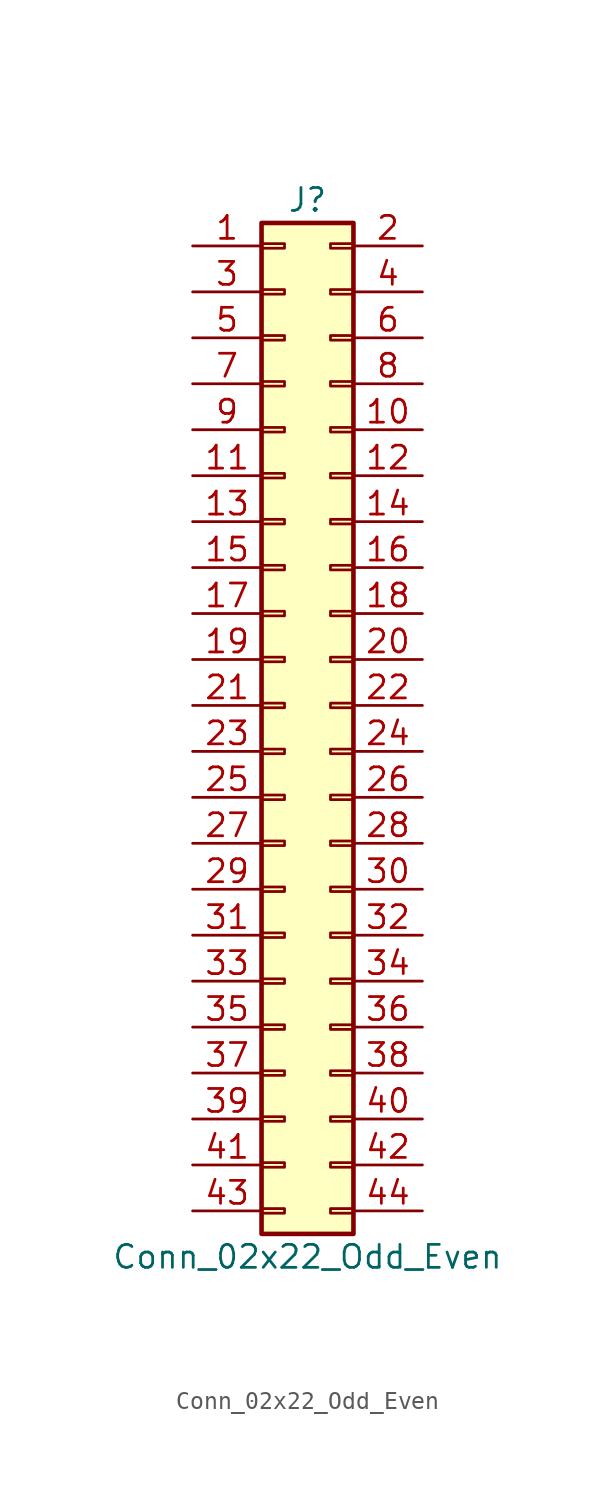
<source format=kicad_sym>
(kicad_symbol_lib
  (version 20220914)
  (generator kicad_symbol_editor)
  (symbol "Conn_02x22_Odd_Even"
    (pin_names
      (offset 1.016) hide)
    (property "Reference" "J"
      (at 1.27 27.94 0)
      (effects (font (size 1.27 1.27))))
    (property "Value" "Conn_02x22_Odd_Even"
      (at 1.27 -30.48 0)
      (effects (font (size 1.27 1.27))))
    (symbol "Conn_02x22_Odd_Even_1_1"
      (rectangle (start -1.27 -27.813) (end 0 -28.067) (stroke (width 0.152) (type solid)) (fill (type none)))
      (rectangle (start -1.27 -25.273) (end 0 -25.527) (stroke (width 0.152) (type solid)) (fill (type none)))
      (rectangle (start -1.27 -22.733) (end 0 -22.987) (stroke (width 0.152) (type solid)) (fill (type none)))
      (rectangle (start -1.27 -20.193) (end 0 -20.447) (stroke (width 0.152) (type solid)) (fill (type none)))
      (rectangle (start -1.27 -17.653) (end 0 -17.907) (stroke (width 0.152) (type solid)) (fill (type none)))
      (rectangle (start -1.27 -15.113) (end 0 -15.367) (stroke (width 0.152) (type solid)) (fill (type none)))
      (rectangle (start -1.27 -12.573) (end 0 -12.827) (stroke (width 0.152) (type solid)) (fill (type none)))
      (rectangle (start -1.27 -10.033) (end 0 -10.287) (stroke (width 0.152) (type solid)) (fill (type none)))
      (rectangle (start -1.27 -7.493) (end 0 -7.747) (stroke (width 0.152) (type solid)) (fill (type none)))
      (rectangle (start -1.27 -4.953) (end 0 -5.207) (stroke (width 0.152) (type solid)) (fill (type none)))
      (rectangle (start -1.27 -2.413) (end 0 -2.667) (stroke (width 0.152) (type solid)) (fill (type none)))
      (rectangle (start -1.27 0.127) (end 0 -0.127) (stroke (width 0.152) (type solid)) (fill (type none)))
      (rectangle (start -1.27 2.667) (end 0 2.413) (stroke (width 0.152) (type solid)) (fill (type none)))
      (rectangle (start -1.27 5.207) (end 0 4.953) (stroke (width 0.152) (type solid)) (fill (type none)))
      (rectangle (start -1.27 7.747) (end 0 7.493) (stroke (width 0.152) (type solid)) (fill (type none)))
      (rectangle (start -1.27 10.287) (end 0 10.033) (stroke (width 0.152) (type solid)) (fill (type none)))
      (rectangle (start -1.27 12.827) (end 0 12.573) (stroke (width 0.152) (type solid)) (fill (type none)))
      (rectangle (start -1.27 15.367) (end 0 15.113) (stroke (width 0.152) (type solid)) (fill (type none)))
      (rectangle (start -1.27 17.907) (end 0 17.653) (stroke (width 0.152) (type solid)) (fill (type none)))
      (rectangle (start -1.27 20.447) (end 0 20.193) (stroke (width 0.152) (type solid)) (fill (type none)))
      (rectangle (start -1.27 22.987) (end 0 22.733) (stroke (width 0.152) (type solid)) (fill (type none)))
      (rectangle (start -1.27 25.527) (end 0 25.273) (stroke (width 0.152) (type solid)) (fill (type none)))
      (rectangle (start -1.27 26.67) (end 3.81 -29.21) (stroke (width 0.254) (type solid)) (fill (type background)))
      (rectangle (start 3.81 -27.813) (end 2.54 -28.067) (stroke (width 0.152) (type solid)) (fill (type none)))
      (rectangle (start 3.81 -25.273) (end 2.54 -25.527) (stroke (width 0.152) (type solid)) (fill (type none)))
      (rectangle (start 3.81 -22.733) (end 2.54 -22.987) (stroke (width 0.152) (type solid)) (fill (type none)))
      (rectangle (start 3.81 -20.193) (end 2.54 -20.447) (stroke (width 0.152) (type solid)) (fill (type none)))
      (rectangle (start 3.81 -17.653) (end 2.54 -17.907) (stroke (width 0.152) (type solid)) (fill (type none)))
      (rectangle (start 3.81 -15.113) (end 2.54 -15.367) (stroke (width 0.152) (type solid)) (fill (type none)))
      (rectangle (start 3.81 -12.573) (end 2.54 -12.827) (stroke (width 0.152) (type solid)) (fill (type none)))
      (rectangle (start 3.81 -10.033) (end 2.54 -10.287) (stroke (width 0.152) (type solid)) (fill (type none)))
      (rectangle (start 3.81 -7.493) (end 2.54 -7.747) (stroke (width 0.152) (type solid)) (fill (type none)))
      (rectangle (start 3.81 -4.953) (end 2.54 -5.207) (stroke (width 0.152) (type solid)) (fill (type none)))
      (rectangle (start 3.81 -2.413) (end 2.54 -2.667) (stroke (width 0.152) (type solid)) (fill (type none)))
      (rectangle (start 3.81 0.127) (end 2.54 -0.127) (stroke (width 0.152) (type solid)) (fill (type none)))
      (rectangle (start 3.81 2.667) (end 2.54 2.413) (stroke (width 0.152) (type solid)) (fill (type none)))
      (rectangle (start 3.81 5.207) (end 2.54 4.953) (stroke (width 0.152) (type solid)) (fill (type none)))
      (rectangle (start 3.81 7.747) (end 2.54 7.493) (stroke (width 0.152) (type solid)) (fill (type none)))
      (rectangle (start 3.81 10.287) (end 2.54 10.033) (stroke (width 0.152) (type solid)) (fill (type none)))
      (rectangle (start 3.81 12.827) (end 2.54 12.573) (stroke (width 0.152) (type solid)) (fill (type none)))
      (rectangle (start 3.81 15.367) (end 2.54 15.113) (stroke (width 0.152) (type solid)) (fill (type none)))
      (rectangle (start 3.81 17.907) (end 2.54 17.653) (stroke (width 0.152) (type solid)) (fill (type none)))
      (rectangle (start 3.81 20.447) (end 2.54 20.193) (stroke (width 0.152) (type solid)) (fill (type none)))
      (rectangle (start 3.81 22.987) (end 2.54 22.733) (stroke (width 0.152) (type solid)) (fill (type none)))
      (rectangle (start 3.81 25.527) (end 2.54 25.273) (stroke (width 0.152) (type solid)) (fill (type none)))
      (pin passive line (at -5.08 25.4 0) (length 3.81) (name "Pin_1" (effects (font (size 1.27 1.27)))) (number "1" (effects (font (size 1.27 1.27)))))
      (pin passive line (at 7.62 15.24 180) (length 3.81) (name "Pin_10" (effects (font (size 1.27 1.27)))) (number "10" (effects (font (size 1.27 1.27)))))
      (pin passive line (at -5.08 12.7 0) (length 3.81) (name "Pin_11" (effects (font (size 1.27 1.27)))) (number "11" (effects (font (size 1.27 1.27)))))
      (pin passive line (at 7.62 12.7 180) (length 3.81) (name "Pin_12" (effects (font (size 1.27 1.27)))) (number "12" (effects (font (size 1.27 1.27)))))
      (pin passive line (at -5.08 10.16 0) (length 3.81) (name "Pin_13" (effects (font (size 1.27 1.27)))) (number "13" (effects (font (size 1.27 1.27)))))
      (pin passive line (at 7.62 10.16 180) (length 3.81) (name "Pin_14" (effects (font (size 1.27 1.27)))) (number "14" (effects (font (size 1.27 1.27)))))
      (pin passive line (at -5.08 7.62 0) (length 3.81) (name "Pin_15" (effects (font (size 1.27 1.27)))) (number "15" (effects (font (size 1.27 1.27)))))
      (pin passive line (at 7.62 7.62 180) (length 3.81) (name "Pin_16" (effects (font (size 1.27 1.27)))) (number "16" (effects (font (size 1.27 1.27)))))
      (pin passive line (at -5.08 5.08 0) (length 3.81) (name "Pin_17" (effects (font (size 1.27 1.27)))) (number "17" (effects (font (size 1.27 1.27)))))
      (pin passive line (at 7.62 5.08 180) (length 3.81) (name "Pin_18" (effects (font (size 1.27 1.27)))) (number "18" (effects (font (size 1.27 1.27)))))
      (pin passive line (at -5.08 2.54 0) (length 3.81) (name "Pin_19" (effects (font (size 1.27 1.27)))) (number "19" (effects (font (size 1.27 1.27)))))
      (pin passive line (at 7.62 25.4 180) (length 3.81) (name "Pin_2" (effects (font (size 1.27 1.27)))) (number "2" (effects (font (size 1.27 1.27)))))
      (pin passive line (at 7.62 2.54 180) (length 3.81) (name "Pin_20" (effects (font (size 1.27 1.27)))) (number "20" (effects (font (size 1.27 1.27)))))
      (pin passive line (at -5.08 0 0) (length 3.81) (name "Pin_21" (effects (font (size 1.27 1.27)))) (number "21" (effects (font (size 1.27 1.27)))))
      (pin passive line (at 7.62 0 180) (length 3.81) (name "Pin_22" (effects (font (size 1.27 1.27)))) (number "22" (effects (font (size 1.27 1.27)))))
      (pin passive line (at -5.08 -2.54 0) (length 3.81) (name "Pin_23" (effects (font (size 1.27 1.27)))) (number "23" (effects (font (size 1.27 1.27)))))
      (pin passive line (at 7.62 -2.54 180) (length 3.81) (name "Pin_24" (effects (font (size 1.27 1.27)))) (number "24" (effects (font (size 1.27 1.27)))))
      (pin passive line (at -5.08 -5.08 0) (length 3.81) (name "Pin_25" (effects (font (size 1.27 1.27)))) (number "25" (effects (font (size 1.27 1.27)))))
      (pin passive line (at 7.62 -5.08 180) (length 3.81) (name "Pin_26" (effects (font (size 1.27 1.27)))) (number "26" (effects (font (size 1.27 1.27)))))
      (pin passive line (at -5.08 -7.62 0) (length 3.81) (name "Pin_27" (effects (font (size 1.27 1.27)))) (number "27" (effects (font (size 1.27 1.27)))))
      (pin passive line (at 7.62 -7.62 180) (length 3.81) (name "Pin_28" (effects (font (size 1.27 1.27)))) (number "28" (effects (font (size 1.27 1.27)))))
      (pin passive line (at -5.08 -10.16 0) (length 3.81) (name "Pin_29" (effects (font (size 1.27 1.27)))) (number "29" (effects (font (size 1.27 1.27)))))
      (pin passive line (at -5.08 22.86 0) (length 3.81) (name "Pin_3" (effects (font (size 1.27 1.27)))) (number "3" (effects (font (size 1.27 1.27)))))
      (pin passive line (at 7.62 -10.16 180) (length 3.81) (name "Pin_30" (effects (font (size 1.27 1.27)))) (number "30" (effects (font (size 1.27 1.27)))))
      (pin passive line (at -5.08 -12.7 0) (length 3.81) (name "Pin_31" (effects (font (size 1.27 1.27)))) (number "31" (effects (font (size 1.27 1.27)))))
      (pin passive line (at 7.62 -12.7 180) (length 3.81) (name "Pin_32" (effects (font (size 1.27 1.27)))) (number "32" (effects (font (size 1.27 1.27)))))
      (pin passive line (at -5.08 -15.24 0) (length 3.81) (name "Pin_33" (effects (font (size 1.27 1.27)))) (number "33" (effects (font (size 1.27 1.27)))))
      (pin passive line (at 7.62 -15.24 180) (length 3.81) (name "Pin_34" (effects (font (size 1.27 1.27)))) (number "34" (effects (font (size 1.27 1.27)))))
      (pin passive line (at -5.08 -17.78 0) (length 3.81) (name "Pin_35" (effects (font (size 1.27 1.27)))) (number "35" (effects (font (size 1.27 1.27)))))
      (pin passive line (at 7.62 -17.78 180) (length 3.81) (name "Pin_36" (effects (font (size 1.27 1.27)))) (number "36" (effects (font (size 1.27 1.27)))))
      (pin passive line (at -5.08 -20.32 0) (length 3.81) (name "Pin_37" (effects (font (size 1.27 1.27)))) (number "37" (effects (font (size 1.27 1.27)))))
      (pin passive line (at 7.62 -20.32 180) (length 3.81) (name "Pin_38" (effects (font (size 1.27 1.27)))) (number "38" (effects (font (size 1.27 1.27)))))
      (pin passive line (at -5.08 -22.86 0) (length 3.81) (name "Pin_39" (effects (font (size 1.27 1.27)))) (number "39" (effects (font (size 1.27 1.27)))))
      (pin passive line (at 7.62 22.86 180) (length 3.81) (name "Pin_4" (effects (font (size 1.27 1.27)))) (number "4" (effects (font (size 1.27 1.27)))))
      (pin passive line (at 7.62 -22.86 180) (length 3.81) (name "Pin_40" (effects (font (size 1.27 1.27)))) (number "40" (effects (font (size 1.27 1.27)))))
      (pin passive line (at -5.08 -25.4 0) (length 3.81) (name "Pin_41" (effects (font (size 1.27 1.27)))) (number "41" (effects (font (size 1.27 1.27)))))
      (pin passive line (at 7.62 -25.4 180) (length 3.81) (name "Pin_42" (effects (font (size 1.27 1.27)))) (number "42" (effects (font (size 1.27 1.27)))))
      (pin passive line (at -5.08 -27.94 0) (length 3.81) (name "Pin_43" (effects (font (size 1.27 1.27)))) (number "43" (effects (font (size 1.27 1.27)))))
      (pin passive line (at 7.62 -27.94 180) (length 3.81) (name "Pin_44" (effects (font (size 1.27 1.27)))) (number "44" (effects (font (size 1.27 1.27)))))
      (pin passive line (at -5.08 20.32 0) (length 3.81) (name "Pin_5" (effects (font (size 1.27 1.27)))) (number "5" (effects (font (size 1.27 1.27)))))
      (pin passive line (at 7.62 20.32 180) (length 3.81) (name "Pin_6" (effects (font (size 1.27 1.27)))) (number "6" (effects (font (size 1.27 1.27)))))
      (pin passive line (at -5.08 17.78 0) (length 3.81) (name "Pin_7" (effects (font (size 1.27 1.27)))) (number "7" (effects (font (size 1.27 1.27)))))
      (pin passive line (at 7.62 17.78 180) (length 3.81) (name "Pin_8" (effects (font (size 1.27 1.27)))) (number "8" (effects (font (size 1.27 1.27)))))
      (pin passive line (at -5.08 15.24 0) (length 3.81) (name "Pin_9" (effects (font (size 1.27 1.27)))) (number "9" (effects (font (size 1.27 1.27))))))))
</source>
